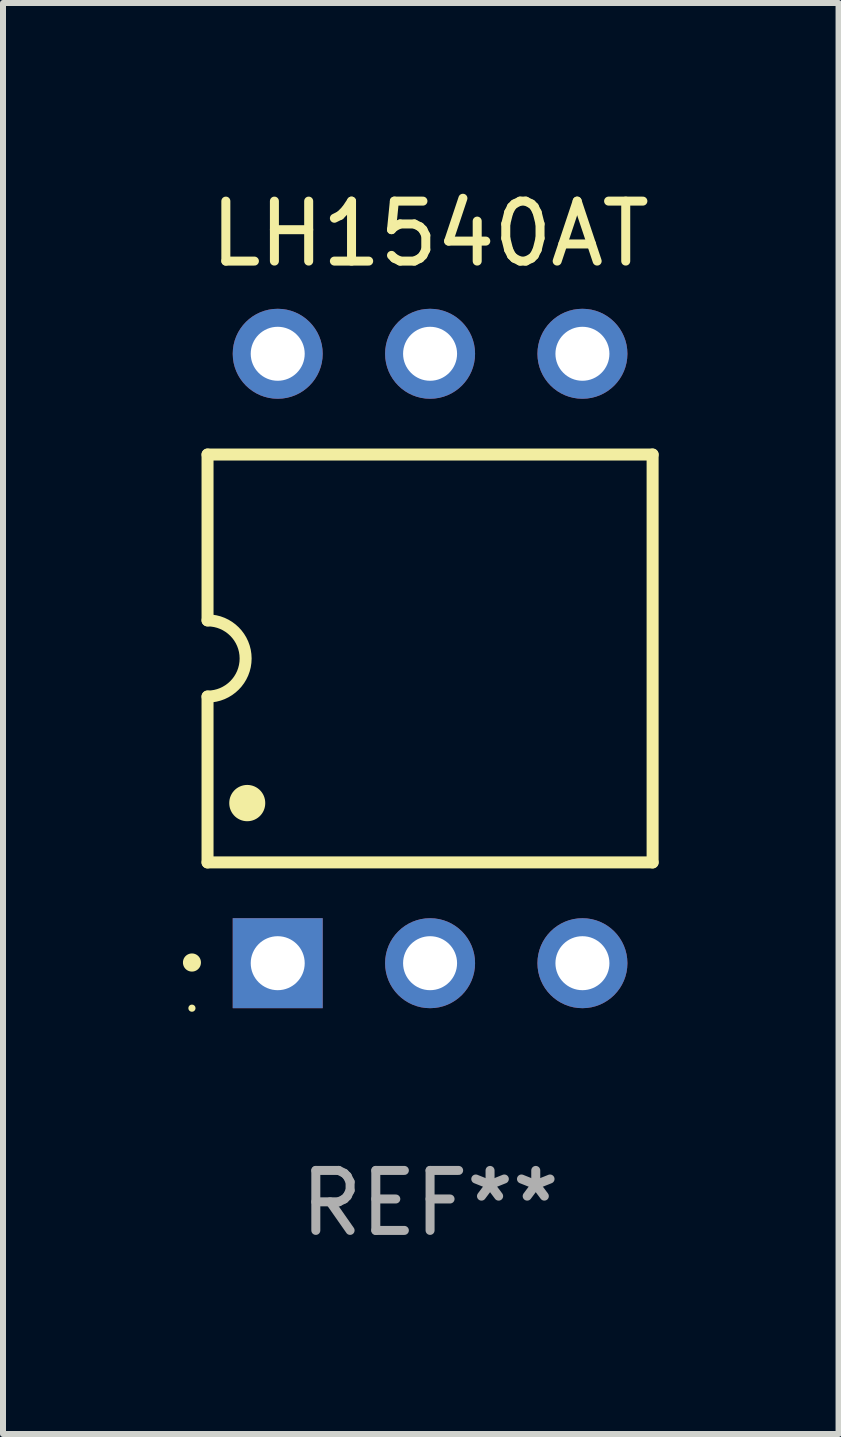
<source format=kicad_pcb>
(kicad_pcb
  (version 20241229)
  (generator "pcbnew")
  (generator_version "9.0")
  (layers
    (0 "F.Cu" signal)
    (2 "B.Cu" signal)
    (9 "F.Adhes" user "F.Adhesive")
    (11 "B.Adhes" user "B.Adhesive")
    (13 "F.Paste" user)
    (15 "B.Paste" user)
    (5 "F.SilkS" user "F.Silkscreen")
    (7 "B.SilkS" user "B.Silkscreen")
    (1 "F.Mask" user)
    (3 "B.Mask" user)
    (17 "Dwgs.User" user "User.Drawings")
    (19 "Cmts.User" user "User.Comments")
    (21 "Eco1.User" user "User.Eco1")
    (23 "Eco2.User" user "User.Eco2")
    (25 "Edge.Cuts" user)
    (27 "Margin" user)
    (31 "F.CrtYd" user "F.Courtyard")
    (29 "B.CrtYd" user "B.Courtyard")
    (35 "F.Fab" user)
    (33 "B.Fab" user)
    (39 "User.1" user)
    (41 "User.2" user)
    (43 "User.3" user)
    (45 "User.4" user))
  (footprint "LH1540AT"
    (layer "F.Cu")
    (at 4.12 7.928)
    (property "Reference" "LH1540AT" (at 0 -7.08 0) (layer "F.SilkS") (effects (font (size 1 1) (thickness 0.15))))
    (attr through_hole)
    (fp_line (start -3.71 -3.4) (end -3.71 -0.635) (stroke (width 0.2) (type solid)) (layer "F.SilkS"))
    (fp_line (start -3.71 -3.4) (end 3.71 -3.4) (stroke (width 0.2) (type solid)) (layer "F.SilkS"))
    (fp_line (start -3.71 0.634) (end -3.71 3.4) (stroke (width 0.2) (type solid)) (layer "F.SilkS"))
    (fp_line (start 3.71 3.4) (end -3.71 3.4) (stroke (width 0.2) (type solid)) (layer "F.SilkS"))
    (fp_line (start 3.71 3.4) (end 3.71 -3.4) (stroke (width 0.2) (type solid)) (layer "F.SilkS"))
    (fp_arc (start -3.970028 5.069901) (mid -3.970033 5.068631) (end -3.970028 5.067361) (stroke (width 0.3) (type solid)) (layer "F.SilkS"))
    (fp_arc (start -3.709982 -0.63495) (mid -3.074981 0.000051) (end -3.709982 0.635052) (stroke (width 0.2) (type solid)) (layer "F.SilkS"))
    (fp_arc (start -3.048006 2.413056) (mid -3.048017 2.410516) (end -3.048006 2.407976) (stroke (width 0.6) (type solid)) (layer "F.SilkS"))
    (fp_circle (center -3.97 5.83) (end -3.94 5.83) (stroke (width 0.06) (type solid)) (fill no) (layer "F.SilkS"))
    (fp_text user "REF**" (at 0 9.08 0) (layer "F.Fab") (effects (font (size 1 1) (thickness 0.15))))
    (pad "1" thru_hole rect (at -2.54 5.08 90) (size 1.5 1.5) (drill 0.9) (layers "*.Cu" "*.Mask"))
    (pad "2" thru_hole circle (at 0.000051 5.08) (size 1.5 1.5) (drill 0.9) (layers "*.Cu" "*.Mask"))
    (pad "3" thru_hole circle (at 2.54 5.08) (size 1.5 1.5) (drill 0.9) (layers "*.Cu" "*.Mask"))
    (pad "4" thru_hole circle (at 2.54 -5.08) (size 1.5 1.5) (drill 0.9) (layers "*.Cu" "*.Mask"))
    (pad "5" thru_hole circle (at 0.000051 -5.08) (size 1.5 1.5) (drill 0.9) (layers "*.Cu" "*.Mask"))
    (pad "6" thru_hole circle (at -2.54 -5.08) (size 1.5 1.5) (drill 0.9) (layers "*.Cu" "*.Mask")))
  (gr_rect
    (start -3 -3)
    (end 10.93 20.857)
    (stroke (width 0.1) (type default))
    (fill no)
    (layer "Edge.Cuts")))
</source>
